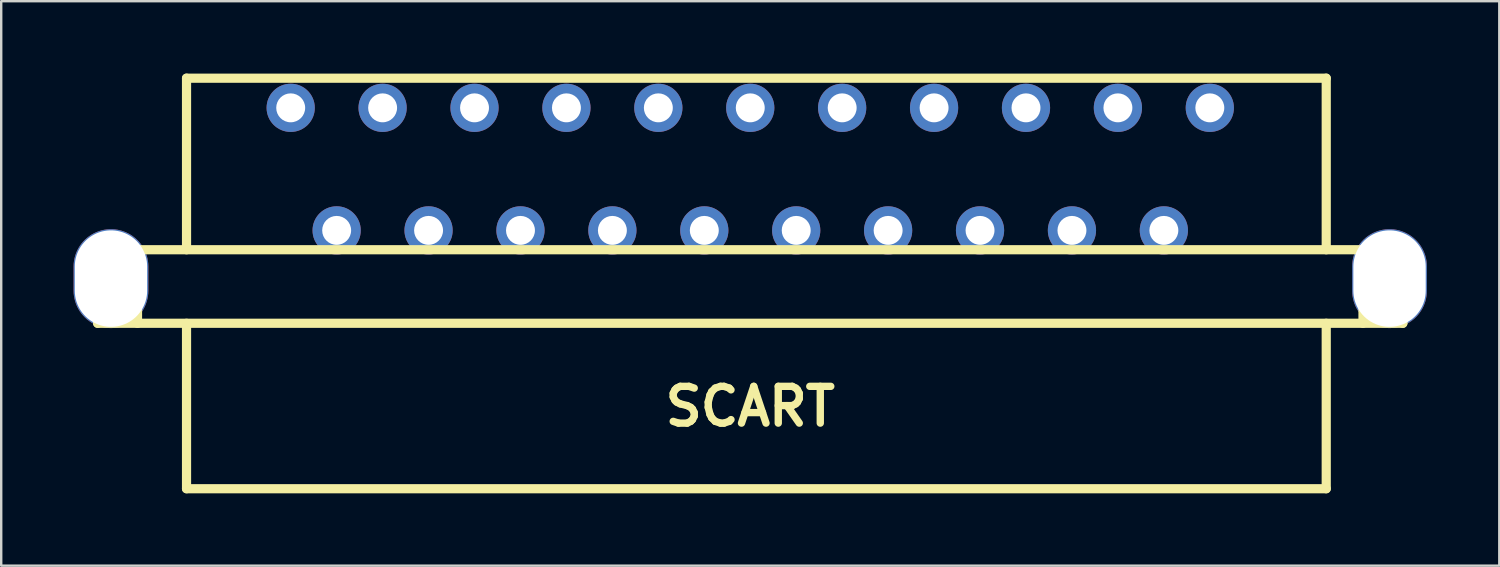
<source format=kicad_pcb>
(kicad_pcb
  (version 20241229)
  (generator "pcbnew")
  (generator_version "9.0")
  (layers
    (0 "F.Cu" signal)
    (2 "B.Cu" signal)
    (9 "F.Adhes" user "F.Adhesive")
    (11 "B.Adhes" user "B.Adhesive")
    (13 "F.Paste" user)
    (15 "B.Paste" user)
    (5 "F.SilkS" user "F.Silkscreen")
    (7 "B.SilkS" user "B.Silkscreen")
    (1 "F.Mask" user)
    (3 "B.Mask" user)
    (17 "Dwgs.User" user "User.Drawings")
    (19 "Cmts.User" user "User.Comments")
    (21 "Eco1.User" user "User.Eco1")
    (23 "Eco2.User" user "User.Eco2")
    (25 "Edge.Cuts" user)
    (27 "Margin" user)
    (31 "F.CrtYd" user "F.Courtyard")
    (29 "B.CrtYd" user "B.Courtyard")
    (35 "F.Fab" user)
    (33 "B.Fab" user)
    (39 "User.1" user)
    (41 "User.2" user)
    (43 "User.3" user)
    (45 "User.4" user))
  (footprint "SCART"
    (layer "F.Cu")
    (at 28.05 8.7)
    (property "Reference" "SCART" (at 0 5.1 0) (layer "F.SilkS") (effects (font (size 1.524 1.524) (thickness 0.305))))
    (attr through_hole)
    (fp_line (start -27.051 -1.397) (end -27.051 1.651) (stroke (width 0.381) (type solid)) (layer "F.SilkS"))
    (fp_line (start -27.051 -1.397) (end 27.051 -1.397) (stroke (width 0.381) (type solid)) (layer "F.SilkS"))
    (fp_line (start -25.4 -1.397) (end -25.4 1.651) (stroke (width 0.381) (type solid)) (layer "F.SilkS"))
    (fp_line (start -23.368 -8.509) (end 23.876 -8.509) (stroke (width 0.381) (type solid)) (layer "F.SilkS"))
    (fp_line (start -23.368 -1.397) (end -23.368 -8.509) (stroke (width 0.381) (type solid)) (layer "F.SilkS"))
    (fp_line (start -23.368 8.509) (end -23.368 1.651) (stroke (width 0.381) (type solid)) (layer "F.SilkS"))
    (fp_line (start -23.368 8.509) (end 23.876 8.509) (stroke (width 0.381) (type solid)) (layer "F.SilkS"))
    (fp_line (start 23.876 -8.509) (end 23.876 -1.397) (stroke (width 0.381) (type solid)) (layer "F.SilkS"))
    (fp_line (start 23.876 8.509) (end 23.876 1.651) (stroke (width 0.381) (type solid)) (layer "F.SilkS"))
    (fp_line (start 25.4 -1.397) (end 25.4 1.651) (stroke (width 0.381) (type solid)) (layer "F.SilkS"))
    (fp_line (start 27.051 -1.397) (end 27.051 1.651) (stroke (width 0.381) (type solid)) (layer "F.SilkS"))
    (fp_line (start 27.051 1.651) (end -27.051 1.651) (stroke (width 0.381) (type solid)) (layer "F.SilkS"))
    (pad "" np_thru_hole oval (at -26.5 -0.201) (size 3.1 4.1) (drill oval 3 4) (layers "*.Cu" "*.Mask"))
    (pad "" np_thru_hole oval (at 26.5 -0.201) (size 3.1 4.1) (drill oval 3 4) (layers "*.Cu" "*.Mask"))
    (pad "1" thru_hole circle (at 19.05 -7.28) (size 1.999 1.999) (drill 1.199) (layers "*.Cu" "*.Mask"))
    (pad "2" thru_hole circle (at 17.145 -2.2) (size 1.999 1.999) (drill 1.199) (layers "*.Cu" "*.Mask"))
    (pad "3" thru_hole circle (at 15.24 -7.28) (size 1.999 1.999) (drill 1.199) (layers "*.Cu" "*.Mask"))
    (pad "4" thru_hole circle (at 13.335 -2.2) (size 1.999 1.999) (drill 1.199) (layers "*.Cu" "*.Mask"))
    (pad "5" thru_hole circle (at 11.43 -7.28) (size 1.999 1.999) (drill 1.199) (layers "*.Cu" "*.Mask"))
    (pad "6" thru_hole circle (at 9.525 -2.2) (size 1.999 1.999) (drill 1.199) (layers "*.Cu" "*.Mask"))
    (pad "7" thru_hole circle (at 7.62 -7.28) (size 1.999 1.999) (drill 1.199) (layers "*.Cu" "*.Mask"))
    (pad "8" thru_hole circle (at 5.715 -2.2) (size 1.999 1.999) (drill 1.199) (layers "*.Cu" "*.Mask"))
    (pad "9" thru_hole circle (at 3.81 -7.28) (size 1.999 1.999) (drill 1.199) (layers "*.Cu" "*.Mask"))
    (pad "10" thru_hole circle (at 1.905 -2.2) (size 1.999 1.999) (drill 1.199) (layers "*.Cu" "*.Mask"))
    (pad "11" thru_hole circle (at 0 -7.28) (size 1.999 1.999) (drill 1.199) (layers "*.Cu" "*.Mask"))
    (pad "12" thru_hole circle (at -1.905 -2.2) (size 1.999 1.999) (drill 1.199) (layers "*.Cu" "*.Mask"))
    (pad "13" thru_hole circle (at -3.81 -7.28) (size 1.999 1.999) (drill 1.199) (layers "*.Cu" "*.Mask"))
    (pad "14" thru_hole circle (at -5.715 -2.2) (size 1.999 1.999) (drill 1.199) (layers "*.Cu" "*.Mask"))
    (pad "15" thru_hole circle (at -7.62 -7.28) (size 1.999 1.999) (drill 1.199) (layers "*.Cu" "*.Mask"))
    (pad "16" thru_hole circle (at -9.525 -2.2) (size 1.999 1.999) (drill 1.199) (layers "*.Cu" "*.Mask"))
    (pad "17" thru_hole circle (at -11.43 -7.28) (size 1.999 1.999) (drill 1.199) (layers "*.Cu" "*.Mask"))
    (pad "18" thru_hole circle (at -13.335 -2.2) (size 1.999 1.999) (drill 1.199) (layers "*.Cu" "*.Mask"))
    (pad "19" thru_hole circle (at -15.24 -7.28) (size 1.999 1.999) (drill 1.199) (layers "*.Cu" "*.Mask"))
    (pad "20" thru_hole circle (at -17.145 -2.2) (size 1.999 1.999) (drill 1.199) (layers "*.Cu" "*.Mask"))
    (pad "21" thru_hole circle (at -19.05 -7.28) (size 1.999 1.999) (drill 1.199) (layers "*.Cu" "*.Mask")))
  (gr_rect
    (start -3 -3)
    (end 59.1 20.399)
    (stroke (width 0.1) (type default))
    (fill no)
    (layer "Edge.Cuts")))
</source>
